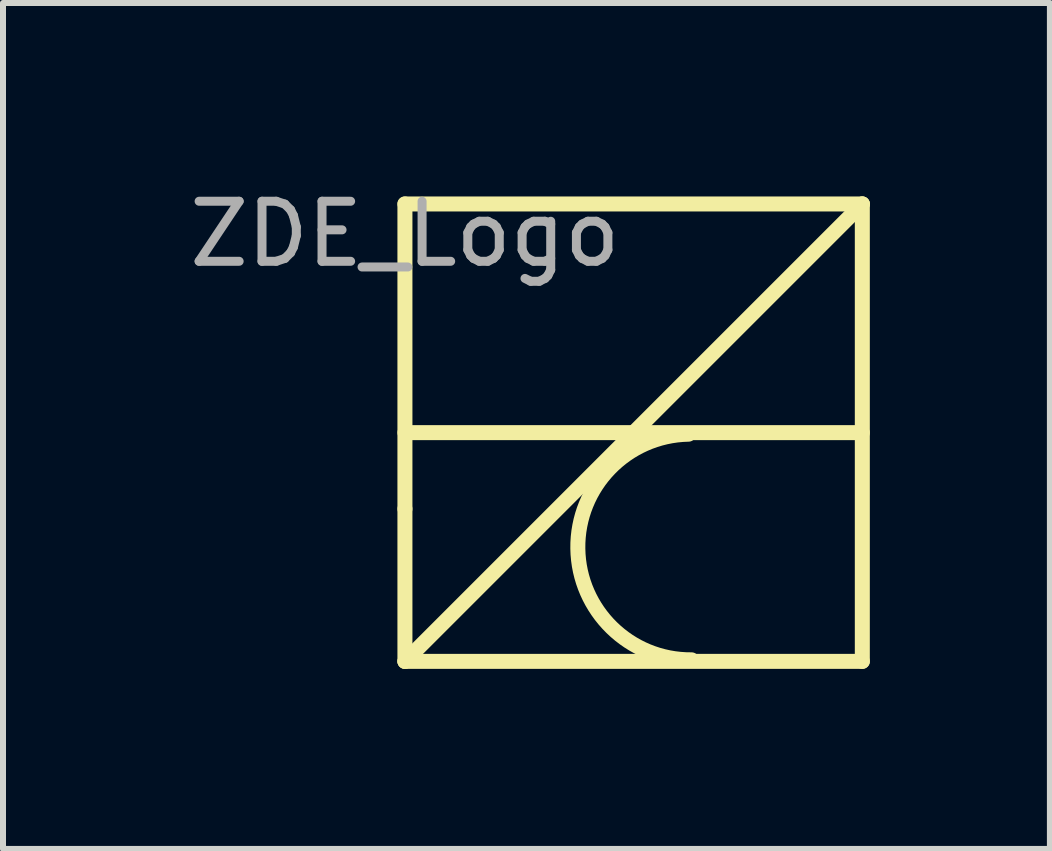
<source format=kicad_pcb>
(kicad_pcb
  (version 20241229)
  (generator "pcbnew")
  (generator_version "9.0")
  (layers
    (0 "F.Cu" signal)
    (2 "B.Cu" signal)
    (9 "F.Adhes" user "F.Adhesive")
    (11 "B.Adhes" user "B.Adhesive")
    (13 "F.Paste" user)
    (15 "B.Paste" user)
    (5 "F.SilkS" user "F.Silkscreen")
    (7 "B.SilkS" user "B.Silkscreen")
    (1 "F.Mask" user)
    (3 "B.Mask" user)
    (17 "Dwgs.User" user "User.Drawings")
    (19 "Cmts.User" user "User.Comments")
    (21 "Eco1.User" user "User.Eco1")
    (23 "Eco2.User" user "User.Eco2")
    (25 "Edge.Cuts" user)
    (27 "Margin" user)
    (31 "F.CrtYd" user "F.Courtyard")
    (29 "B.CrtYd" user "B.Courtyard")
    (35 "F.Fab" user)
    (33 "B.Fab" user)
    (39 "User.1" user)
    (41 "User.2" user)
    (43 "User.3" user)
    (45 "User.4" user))
  (footprint "ZDE_Logo"
    (layer "F.Cu")
    (at 3.696 0.348)
    (property "Reference" "ZDE_Logo" (at 0 0.5 0) (layer "F.Fab") (effects (font (size 1 1) (thickness 0.15))))
    (attr through_hole)
    (fp_line (start 0 0) (end 0 5.08) (stroke (width 0.25) (type solid)) (layer "F.SilkS"))
    (fp_line (start 0 3.81) (end 7.62 3.81) (stroke (width 0.25) (type solid)) (layer "F.SilkS"))
    (fp_line (start 0 5.08) (end 0 7.62) (stroke (width 0.25) (type solid)) (layer "F.SilkS"))
    (fp_line (start 0 7.62) (end 7.62 7.62) (stroke (width 0.25) (type solid)) (layer "F.SilkS"))
    (fp_line (start 7.62 0) (end 0 0) (stroke (width 0.25) (type solid)) (layer "F.SilkS"))
    (fp_line (start 7.62 0) (end 0 7.62) (stroke (width 0.25) (type solid)) (layer "F.SilkS"))
    (fp_line (start 7.62 7.62) (end 7.62 0) (stroke (width 0.25) (type solid)) (layer "F.SilkS"))
    (fp_arc (start 4.7752 7.5946) (mid 2.8702 5.7404) (end 4.7244 3.8354) (stroke (width 0.25) (type solid)) (layer "F.SilkS")))
  (gr_rect
    (start -3 -3)
    (end 14.441 11.093)
    (stroke (width 0.1) (type default))
    (fill no)
    (layer "Edge.Cuts")))
</source>
